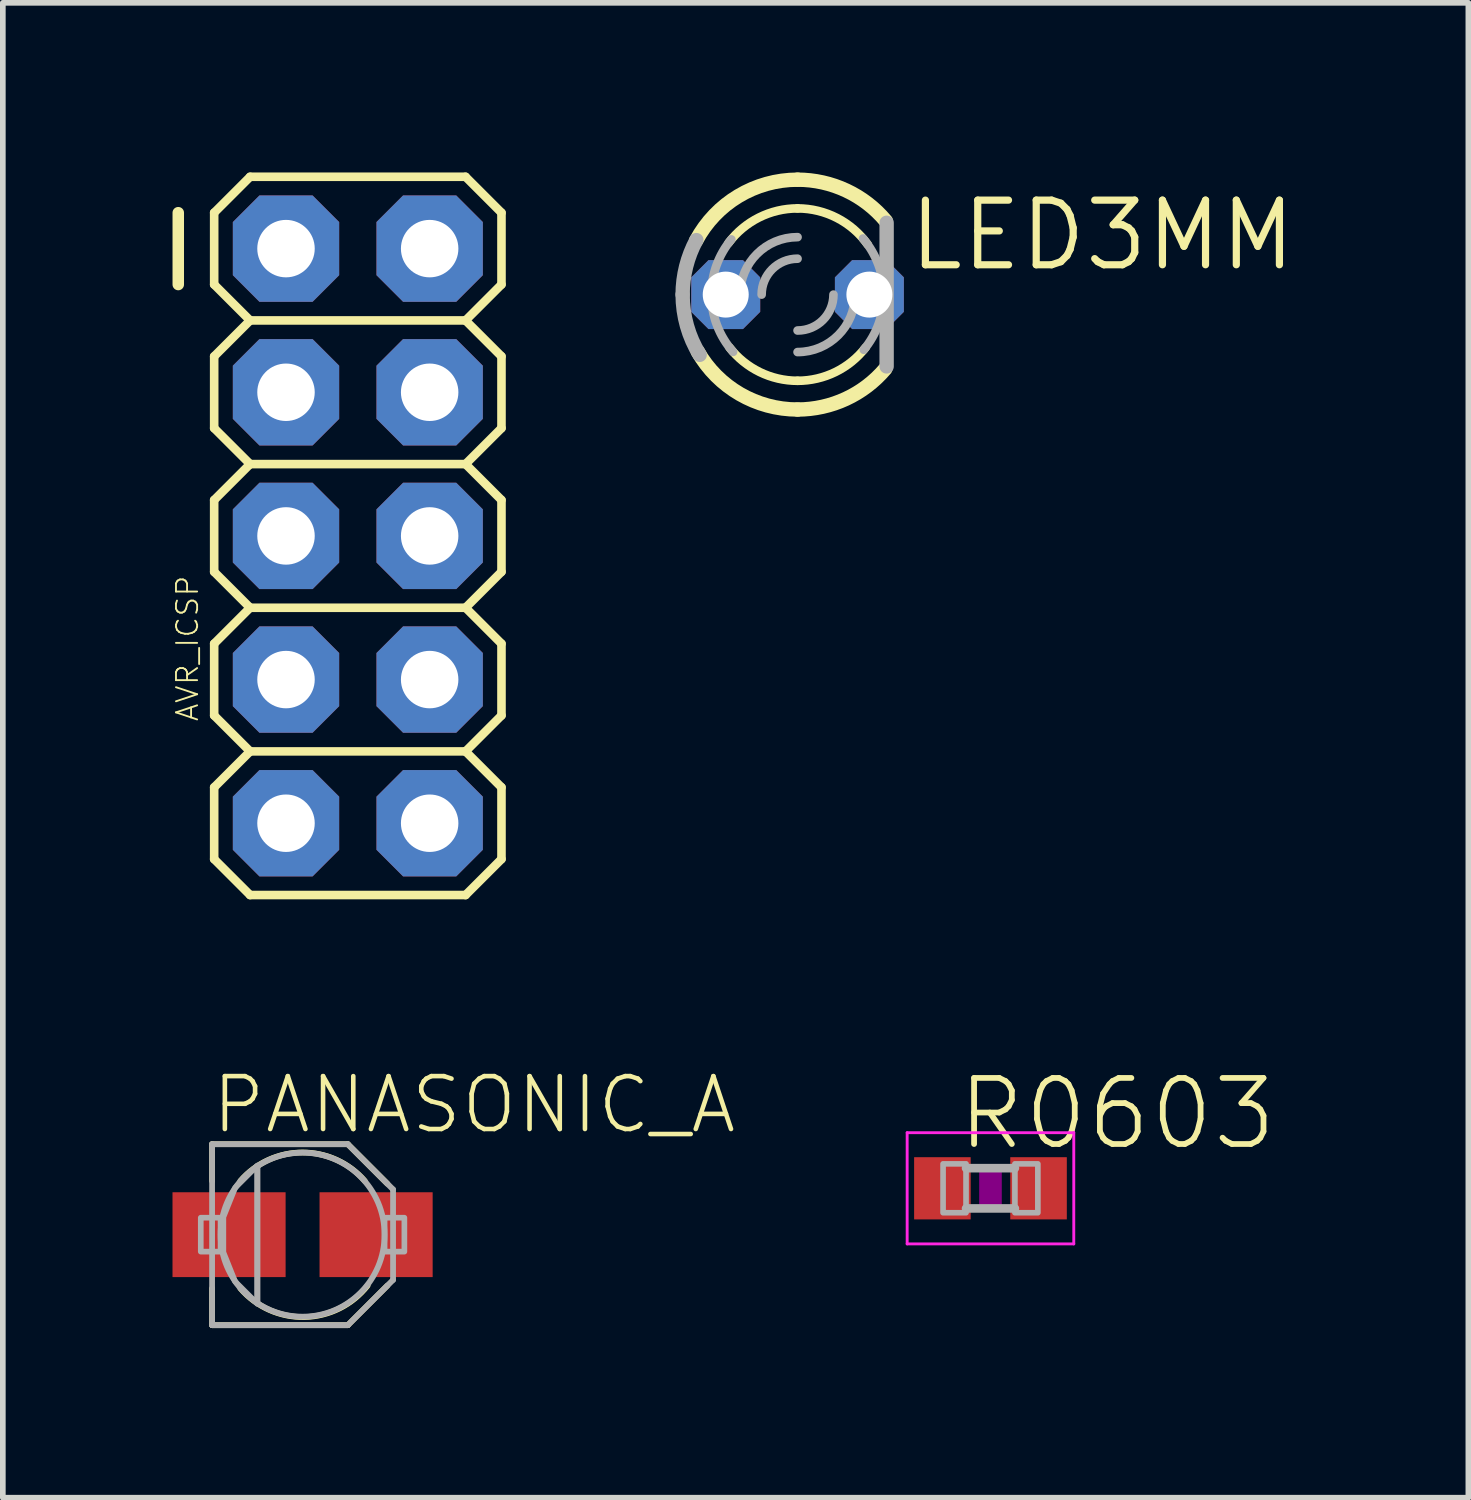
<source format=kicad_pcb>
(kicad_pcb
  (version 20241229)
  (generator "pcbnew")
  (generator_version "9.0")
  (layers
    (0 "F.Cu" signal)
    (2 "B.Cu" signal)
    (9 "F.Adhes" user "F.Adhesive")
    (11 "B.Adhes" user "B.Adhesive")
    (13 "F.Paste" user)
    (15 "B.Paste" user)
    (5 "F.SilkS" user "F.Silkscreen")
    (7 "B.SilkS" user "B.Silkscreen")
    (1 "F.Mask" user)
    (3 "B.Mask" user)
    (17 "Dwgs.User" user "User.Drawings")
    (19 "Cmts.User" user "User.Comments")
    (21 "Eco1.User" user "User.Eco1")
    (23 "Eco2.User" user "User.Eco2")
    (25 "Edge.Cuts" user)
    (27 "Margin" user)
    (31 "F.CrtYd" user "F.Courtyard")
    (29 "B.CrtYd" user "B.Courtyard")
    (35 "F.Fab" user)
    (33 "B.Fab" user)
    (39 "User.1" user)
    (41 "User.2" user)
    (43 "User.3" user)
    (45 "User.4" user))
  (footprint "AVR_ICSP"
    (layer "F.Cu")
    (at 3.277 6.426)
    (property "Reference" "AVR_ICSP" (at -2.794 3.302 90) (layer "F.SilkS") (effects (font (size 0.374 0.374) (thickness 0.033)) (justify left bottom)))
    (fp_line (start -3.175 -5.715) (end -3.175 -4.445) (stroke (width 0.203) (type solid)) (layer "F.SilkS"))
    (fp_line (start -2.54 -5.715) (end -2.54 -4.445) (stroke (width 0.152) (type solid)) (layer "F.SilkS"))
    (fp_line (start -2.54 -4.445) (end -1.905 -3.81) (stroke (width 0.152) (type solid)) (layer "F.SilkS"))
    (fp_line (start -2.54 -3.175) (end -2.54 -1.905) (stroke (width 0.152) (type solid)) (layer "F.SilkS"))
    (fp_line (start -2.54 -1.905) (end -1.905 -1.27) (stroke (width 0.152) (type solid)) (layer "F.SilkS"))
    (fp_line (start -2.54 -0.635) (end -2.54 0.635) (stroke (width 0.152) (type solid)) (layer "F.SilkS"))
    (fp_line (start -2.54 0.635) (end -1.905 1.27) (stroke (width 0.152) (type solid)) (layer "F.SilkS"))
    (fp_line (start -2.54 1.905) (end -2.54 3.175) (stroke (width 0.152) (type solid)) (layer "F.SilkS"))
    (fp_line (start -2.54 3.175) (end -1.905 3.81) (stroke (width 0.152) (type solid)) (layer "F.SilkS"))
    (fp_line (start -2.54 4.445) (end -2.54 5.715) (stroke (width 0.152) (type solid)) (layer "F.SilkS"))
    (fp_line (start -2.54 5.715) (end -1.905 6.35) (stroke (width 0.152) (type solid)) (layer "F.SilkS"))
    (fp_line (start -1.905 -6.35) (end -2.54 -5.715) (stroke (width 0.152) (type solid)) (layer "F.SilkS"))
    (fp_line (start -1.905 -6.35) (end 1.905 -6.35) (stroke (width 0.152) (type solid)) (layer "F.SilkS"))
    (fp_line (start -1.905 -3.81) (end -2.54 -3.175) (stroke (width 0.152) (type solid)) (layer "F.SilkS"))
    (fp_line (start -1.905 -1.27) (end -2.54 -0.635) (stroke (width 0.152) (type solid)) (layer "F.SilkS"))
    (fp_line (start -1.905 1.27) (end -2.54 1.905) (stroke (width 0.152) (type solid)) (layer "F.SilkS"))
    (fp_line (start -1.905 3.81) (end -2.54 4.445) (stroke (width 0.152) (type solid)) (layer "F.SilkS"))
    (fp_line (start 1.905 -6.35) (end 2.54 -5.715) (stroke (width 0.152) (type solid)) (layer "F.SilkS"))
    (fp_line (start 1.905 -3.81) (end -1.905 -3.81) (stroke (width 0.152) (type solid)) (layer "F.SilkS"))
    (fp_line (start 1.905 -3.81) (end 2.54 -3.175) (stroke (width 0.152) (type solid)) (layer "F.SilkS"))
    (fp_line (start 1.905 -1.27) (end -1.905 -1.27) (stroke (width 0.152) (type solid)) (layer "F.SilkS"))
    (fp_line (start 1.905 -1.27) (end 2.54 -0.635) (stroke (width 0.152) (type solid)) (layer "F.SilkS"))
    (fp_line (start 1.905 1.27) (end -1.905 1.27) (stroke (width 0.152) (type solid)) (layer "F.SilkS"))
    (fp_line (start 1.905 1.27) (end 2.54 1.905) (stroke (width 0.152) (type solid)) (layer "F.SilkS"))
    (fp_line (start 1.905 3.81) (end -1.905 3.81) (stroke (width 0.152) (type solid)) (layer "F.SilkS"))
    (fp_line (start 1.905 3.81) (end 2.54 4.445) (stroke (width 0.152) (type solid)) (layer "F.SilkS"))
    (fp_line (start 1.905 6.35) (end -1.905 6.35) (stroke (width 0.152) (type solid)) (layer "F.SilkS"))
    (fp_line (start 2.54 -5.715) (end 2.54 -4.445) (stroke (width 0.152) (type solid)) (layer "F.SilkS"))
    (fp_line (start 2.54 -4.445) (end 1.905 -3.81) (stroke (width 0.152) (type solid)) (layer "F.SilkS"))
    (fp_line (start 2.54 -3.175) (end 2.54 -1.905) (stroke (width 0.152) (type solid)) (layer "F.SilkS"))
    (fp_line (start 2.54 -1.905) (end 1.905 -1.27) (stroke (width 0.152) (type solid)) (layer "F.SilkS"))
    (fp_line (start 2.54 -0.635) (end 2.54 0.635) (stroke (width 0.152) (type solid)) (layer "F.SilkS"))
    (fp_line (start 2.54 0.635) (end 1.905 1.27) (stroke (width 0.152) (type solid)) (layer "F.SilkS"))
    (fp_line (start 2.54 1.905) (end 2.54 3.175) (stroke (width 0.152) (type solid)) (layer "F.SilkS"))
    (fp_line (start 2.54 3.175) (end 1.905 3.81) (stroke (width 0.152) (type solid)) (layer "F.SilkS"))
    (fp_line (start 2.54 4.445) (end 2.54 5.715) (stroke (width 0.152) (type solid)) (layer "F.SilkS"))
    (fp_line (start 2.54 5.715) (end 1.905 6.35) (stroke (width 0.152) (type solid)) (layer "F.SilkS"))
    (fp_poly (pts (xy -1.524 0.254) (xy -1.016 0.254) (xy -1.016 -0.254) (xy -1.524 -0.254)) (stroke (width 0) (type solid)) (fill yes) (layer "F.SilkS"))
    (fp_poly (pts (xy -1.524 -4.826) (xy -1.016 -4.826) (xy -1.016 -5.334) (xy -1.524 -5.334)) (stroke (width 0.1) (type solid)) (fill no) (layer "F.Fab"))
    (fp_poly (pts (xy -1.524 -2.286) (xy -1.016 -2.286) (xy -1.016 -2.794) (xy -1.524 -2.794)) (stroke (width 0.1) (type solid)) (fill no) (layer "F.Fab"))
    (fp_poly (pts (xy -1.524 2.794) (xy -1.016 2.794) (xy -1.016 2.286) (xy -1.524 2.286)) (stroke (width 0.1) (type solid)) (fill no) (layer "F.Fab"))
    (fp_poly (pts (xy -1.524 5.334) (xy -1.016 5.334) (xy -1.016 4.826) (xy -1.524 4.826)) (stroke (width 0.1) (type solid)) (fill no) (layer "F.Fab"))
    (fp_poly (pts (xy 1.016 -4.826) (xy 1.524 -4.826) (xy 1.524 -5.334) (xy 1.016 -5.334)) (stroke (width 0.1) (type solid)) (fill no) (layer "F.Fab"))
    (fp_poly (pts (xy 1.016 -2.286) (xy 1.524 -2.286) (xy 1.524 -2.794) (xy 1.016 -2.794)) (stroke (width 0.1) (type solid)) (fill no) (layer "F.Fab"))
    (fp_poly (pts (xy 1.016 0.254) (xy 1.524 0.254) (xy 1.524 -0.254) (xy 1.016 -0.254)) (stroke (width 0.1) (type solid)) (fill no) (layer "F.Fab"))
    (fp_poly (pts (xy 1.016 2.794) (xy 1.524 2.794) (xy 1.524 2.286) (xy 1.016 2.286)) (stroke (width 0.1) (type solid)) (fill no) (layer "F.Fab"))
    (fp_poly (pts (xy 1.016 5.334) (xy 1.524 5.334) (xy 1.524 4.826) (xy 1.016 4.826)) (stroke (width 0.1) (type solid)) (fill no) (layer "F.Fab"))
    (pad "1" thru_hole roundrect (at -1.27 -5.08 270) (size 1.88 1.88) (drill 1.016) (layers "*.Cu" "*.Mask") (roundrect_rratio 0.25) (chamfer_ratio 0.25) (chamfer top_left top_right bottom_left bottom_right))
    (pad "2" thru_hole roundrect (at 1.27 -5.08 270) (size 1.88 1.88) (drill 1.016) (layers "*.Cu" "*.Mask") (roundrect_rratio 0.25) (chamfer_ratio 0.25) (chamfer top_left top_right bottom_left bottom_right))
    (pad "3" thru_hole roundrect (at -1.27 -2.54 270) (size 1.88 1.88) (drill 1.016) (layers "*.Cu" "*.Mask") (roundrect_rratio 0.25) (chamfer_ratio 0.25) (chamfer top_left top_right bottom_left bottom_right))
    (pad "4" thru_hole roundrect (at 1.27 -2.54 270) (size 1.88 1.88) (drill 1.016) (layers "*.Cu" "*.Mask") (roundrect_rratio 0.25) (chamfer_ratio 0.25) (chamfer top_left top_right bottom_left bottom_right))
    (pad "5" thru_hole roundrect (at -1.27 0 270) (size 1.88 1.88) (drill 1.016) (layers "*.Cu" "*.Mask") (roundrect_rratio 0.25) (chamfer_ratio 0.25) (chamfer top_left top_right bottom_left bottom_right))
    (pad "6" thru_hole roundrect (at 1.27 0 270) (size 1.88 1.88) (drill 1.016) (layers "*.Cu" "*.Mask") (roundrect_rratio 0.25) (chamfer_ratio 0.25) (chamfer top_left top_right bottom_left bottom_right))
    (pad "7" thru_hole roundrect (at -1.27 2.54 270) (size 1.88 1.88) (drill 1.016) (layers "*.Cu" "*.Mask") (roundrect_rratio 0.25) (chamfer_ratio 0.25) (chamfer top_left top_right bottom_left bottom_right))
    (pad "8" thru_hole roundrect (at 1.27 2.54 270) (size 1.88 1.88) (drill 1.016) (layers "*.Cu" "*.Mask") (roundrect_rratio 0.25) (chamfer_ratio 0.25) (chamfer top_left top_right bottom_left bottom_right))
    (pad "9" thru_hole roundrect (at -1.27 5.08 270) (size 1.88 1.88) (drill 1.016) (layers "*.Cu" "*.Mask") (roundrect_rratio 0.25) (chamfer_ratio 0.25) (chamfer top_left top_right bottom_left bottom_right))
    (pad "10" thru_hole roundrect (at 1.27 5.08 270) (size 1.88 1.88) (drill 1.016) (layers "*.Cu" "*.Mask") (roundrect_rratio 0.25) (chamfer_ratio 0.25) (chamfer top_left top_right bottom_left bottom_right)))
  (footprint "LED3MM"
    (layer "F.Cu")
    (at 11.052 2.159)
    (property "Reference" "LED3MM" (at 1.905 -0.381 0) (layer "F.SilkS") (effects (font (size 1.143 1.143) (thickness 0.127)) (justify left bottom)))
    (fp_arc (start -1.7929 -0.9562) (mid -1.045438 -1.7424) (end 0 -2.032) (stroke (width 0.254) (type solid)) (layer "F.SilkS"))
    (fp_arc (start -1.2192 -0.9144) (mid -0.681554 -1.363107) (end 0 -1.524) (stroke (width 0.1524) (type solid)) (layer "F.SilkS"))
    (fp_arc (start 0 -2.032) (mid 0.861864 -1.840173) (end 1.561 -1.3009) (stroke (width 0.254) (type solid)) (layer "F.SilkS"))
    (fp_arc (start 0 -1.524) (mid 0.697339 -1.355082) (end 1.2401 -0.885801) (stroke (width 0.1524) (type solid)) (layer "F.SilkS"))
    (fp_arc (start 0 1.524) (mid -0.669593 1.369018) (end -1.203 0.9356) (stroke (width 0.1524) (type solid)) (layer "F.SilkS"))
    (fp_arc (start 0 2.032) (mid -1.019924 1.757525) (end -1.7643 1.0082) (stroke (width 0.254) (type solid)) (layer "F.SilkS"))
    (fp_arc (start 1.203 0.9356) (mid 0.669593 1.369018) (end 0 1.524) (stroke (width 0.1524) (type solid)) (layer "F.SilkS"))
    (fp_arc (start 1.5512 1.3126) (mid 0.854953 1.843405) (end 0 2.032) (stroke (width 0.254) (type solid)) (layer "F.SilkS"))
    (fp_line (start 1.575 1.27) (end 1.575 -1.27) (stroke (width 0.254) (type solid)) (layer "F.Fab"))
    (fp_arc (start -2.032 0) (mid -1.970339 -0.496775) (end -1.7891 -0.9634) (stroke (width 0.254) (type solid)) (layer "F.Fab"))
    (fp_arc (start -1.7306 1.065) (mid -1.95521 0.553417) (end -2.032 0) (stroke (width 0.254) (type solid)) (layer "F.Fab"))
    (fp_arc (start -1.524 0) (mid -1.432981 -0.518783) (end -1.1708 -0.9756) (stroke (width 0.1524) (type solid)) (layer "F.Fab"))
    (fp_arc (start -1.1391 1.0125) (mid -1.42454 0.5416) (end -1.524 0) (stroke (width 0.1524) (type solid)) (layer "F.Fab"))
    (fp_arc (start -1.016 0) (mid -0.71842 -0.71842) (end 0 -1.016) (stroke (width 0.1524) (type solid)) (layer "F.Fab"))
    (fp_arc (start -0.635 0) (mid -0.449013 -0.449013) (end 0 -0.635) (stroke (width 0.1524) (type solid)) (layer "F.Fab"))
    (fp_arc (start 0.635 0) (mid 0.449013 0.449013) (end 0 0.635) (stroke (width 0.1524) (type solid)) (layer "F.Fab"))
    (fp_arc (start 1.016 0) (mid 0.71842 0.71842) (end 0 1.016) (stroke (width 0.1524) (type solid)) (layer "F.Fab"))
    (fp_arc (start 1.1571 -0.9918) (mid 1.429332 -0.528744) (end 1.524 0) (stroke (width 0.1524) (type solid)) (layer "F.Fab"))
    (fp_arc (start 1.524 0) (mid 1.432981 0.518783) (end 1.1708 0.9756) (stroke (width 0.1524) (type solid)) (layer "F.Fab"))
    (pad "A" thru_hole roundrect (at -1.27 0) (size 1.219 1.219) (drill 0.813) (layers "*.Cu" "*.Mask") (roundrect_rratio 0.25) (chamfer_ratio 0.25) (chamfer top_left top_right bottom_left bottom_right))
    (pad "K" thru_hole roundrect (at 1.27 0) (size 1.219 1.219) (drill 0.813) (layers "*.Cu" "*.Mask") (roundrect_rratio 0.25) (chamfer_ratio 0.25) (chamfer top_left top_right bottom_left bottom_right)))
  (footprint "R0603"
    (layer "F.Cu")
    (at 14.463 17.961)
    (property "Reference" "R0603" (at -0.635 -0.635 0) (layer "F.SilkS") (effects (font (size 1.168 1.168) (thickness 0.102)) (justify left bottom)))
    (fp_poly (pts (xy -0.2 0.4) (xy 0.2 0.4) (xy 0.2 -0.4) (xy -0.2 -0.4)) (stroke (width 0) (type solid)) (fill yes) (layer "F.Adhes"))
    (fp_line (start -1.473 -0.983) (end 1.473 -0.983) (stroke (width 0.051) (type solid)) (layer "F.CrtYd"))
    (fp_line (start -1.473 0.983) (end -1.473 -0.983) (stroke (width 0.051) (type solid)) (layer "F.CrtYd"))
    (fp_line (start 1.473 -0.983) (end 1.473 0.983) (stroke (width 0.051) (type solid)) (layer "F.CrtYd"))
    (fp_line (start 1.473 0.983) (end -1.473 0.983) (stroke (width 0.051) (type solid)) (layer "F.CrtYd"))
    (fp_line (start -0.432 0.356) (end 0.432 0.356) (stroke (width 0.152) (type solid)) (layer "F.Fab"))
    (fp_line (start 0.432 -0.356) (end -0.432 -0.356) (stroke (width 0.152) (type solid)) (layer "F.Fab"))
    (fp_poly (pts (xy -0.838 0.432) (xy -0.432 0.432) (xy -0.432 -0.432) (xy -0.838 -0.432)) (stroke (width 0.1) (type solid)) (fill no) (layer "F.Fab"))
    (fp_poly (pts (xy 0.432 0.432) (xy 0.838 0.432) (xy 0.838 -0.432) (xy 0.432 -0.432)) (stroke (width 0.1) (type solid)) (fill no) (layer "F.Fab"))
    (pad "1" smd rect (at -0.85 0) (size 1 1.1) (layers "F.Cu" "F.Mask" "F.Paste"))
    (pad "2" smd rect (at 0.85 0) (size 1 1.1) (layers "F.Cu" "F.Mask" "F.Paste")))
  (footprint "PANASONIC_A"
    (layer "F.Cu")
    (at 2.3 18.781)
    (property "Reference" "PANASONIC_A" (at -1.65 -1.75 0) (layer "F.SilkS") (effects (font (size 0.935 0.935) (thickness 0.081)) (justify left bottom)))
    (fp_line (start -1.6 -1.6) (end 0.8 -1.6) (stroke (width 0.102) (type solid)) (layer "F.SilkS"))
    (fp_line (start -1.6 -0.95) (end -1.6 -1.6) (stroke (width 0.102) (type solid)) (layer "F.SilkS"))
    (fp_line (start -1.6 1.6) (end -1.6 0.95) (stroke (width 0.102) (type solid)) (layer "F.SilkS"))
    (fp_line (start 0.8 -1.6) (end 1.5 -0.9) (stroke (width 0.102) (type solid)) (layer "F.SilkS"))
    (fp_line (start 0.8 1.6) (end -1.6 1.6) (stroke (width 0.102) (type solid)) (layer "F.SilkS"))
    (fp_line (start 1.5 0.9) (end 0.8 1.6) (stroke (width 0.102) (type solid)) (layer "F.SilkS"))
    (fp_arc (start -1.1 -0.95) (mid 0 -1.453444) (end 1.1 -0.95) (stroke (width 0.1016) (type solid)) (layer "F.SilkS"))
    (fp_arc (start 1.149999 0.9) (mid 0.03681 1.456451) (end -1.1 0.95) (stroke (width 0.1016) (type solid)) (layer "F.SilkS"))
    (fp_line (start -1.6 -1.6) (end 0.8 -1.6) (stroke (width 0.102) (type solid)) (layer "F.Fab"))
    (fp_line (start -1.6 1.6) (end -1.6 -1.6) (stroke (width 0.102) (type solid)) (layer "F.Fab"))
    (fp_line (start -0.8 -1.2) (end -0.8 1.2) (stroke (width 0.102) (type solid)) (layer "F.Fab"))
    (fp_line (start 0.8 -1.6) (end 1.6 -0.8) (stroke (width 0.102) (type solid)) (layer "F.Fab"))
    (fp_line (start 0.8 1.6) (end -1.6 1.6) (stroke (width 0.102) (type solid)) (layer "F.Fab"))
    (fp_line (start 1.6 -0.8) (end 1.6 0.8) (stroke (width 0.102) (type solid)) (layer "F.Fab"))
    (fp_line (start 1.6 0.8) (end 0.8 1.6) (stroke (width 0.102) (type solid)) (layer "F.Fab"))
    (fp_circle (center 0 0) (end 1.45 0) (stroke (width 0.102) (type solid)) (fill no) (layer "F.Fab"))
    (fp_poly (pts (xy -1.8 0.3) (xy -1.45 0.3) (xy -1.45 -0.3) (xy -1.8 -0.3)) (stroke (width 0.1) (type solid)) (fill no) (layer "F.Fab"))
    (fp_poly (pts (xy 1.45 0.3) (xy 1.8 0.3) (xy 1.8 -0.3) (xy 1.45 -0.3)) (stroke (width 0.1) (type solid)) (fill no) (layer "F.Fab"))
    (fp_poly (pts (xy -0.799 1.223) (xy -1.193 0.829) (xy -1.401 0.31) (xy -1.401 -0.31) (xy -1.193 -0.829) (xy -0.799 -1.223)) (stroke (width 0.1) (type solid)) (fill no) (layer "F.Fab"))
    (pad "+" smd rect (at 1.3 0) (size 2 1.5) (layers "F.Cu" "F.Mask" "F.Paste"))
    (pad "-" smd rect (at -1.3 0) (size 2 1.5) (layers "F.Cu" "F.Mask" "F.Paste")))
  (gr_rect
    (start -3 -3)
    (end 22.913 23.432)
    (stroke (width 0.1) (type default))
    (fill no)
    (layer "Edge.Cuts")))
</source>
